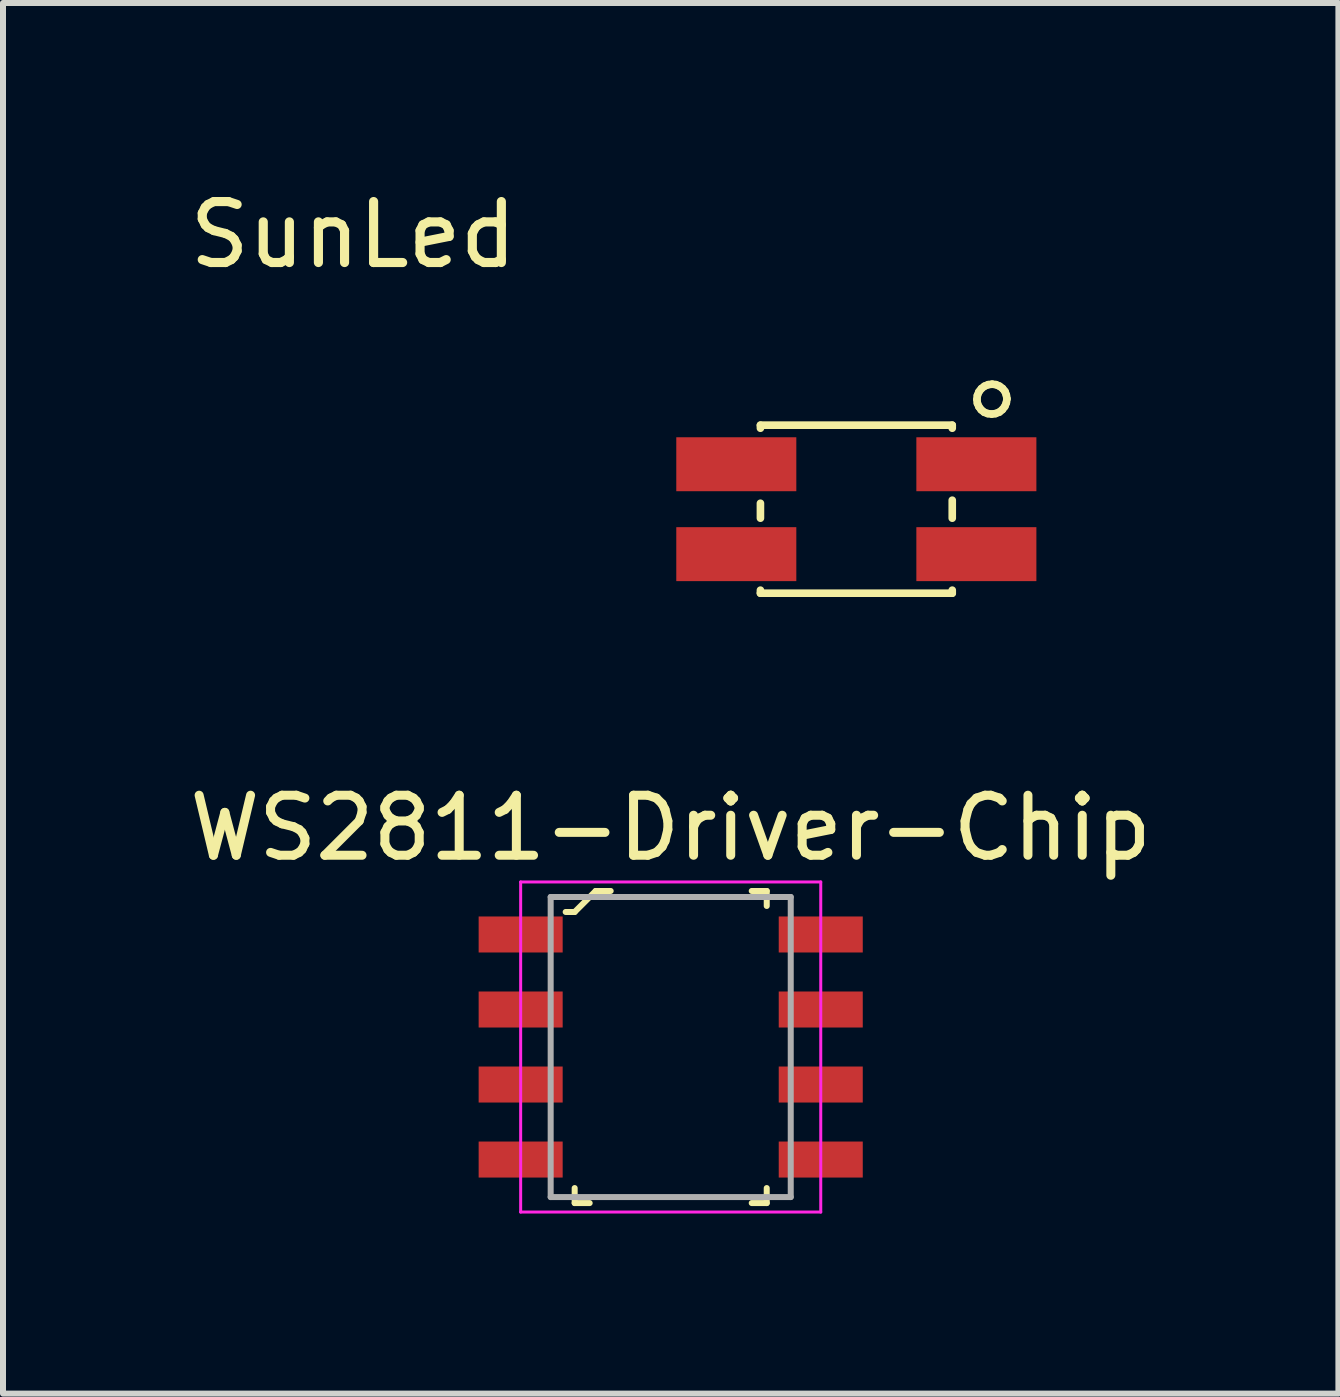
<source format=kicad_pcb>
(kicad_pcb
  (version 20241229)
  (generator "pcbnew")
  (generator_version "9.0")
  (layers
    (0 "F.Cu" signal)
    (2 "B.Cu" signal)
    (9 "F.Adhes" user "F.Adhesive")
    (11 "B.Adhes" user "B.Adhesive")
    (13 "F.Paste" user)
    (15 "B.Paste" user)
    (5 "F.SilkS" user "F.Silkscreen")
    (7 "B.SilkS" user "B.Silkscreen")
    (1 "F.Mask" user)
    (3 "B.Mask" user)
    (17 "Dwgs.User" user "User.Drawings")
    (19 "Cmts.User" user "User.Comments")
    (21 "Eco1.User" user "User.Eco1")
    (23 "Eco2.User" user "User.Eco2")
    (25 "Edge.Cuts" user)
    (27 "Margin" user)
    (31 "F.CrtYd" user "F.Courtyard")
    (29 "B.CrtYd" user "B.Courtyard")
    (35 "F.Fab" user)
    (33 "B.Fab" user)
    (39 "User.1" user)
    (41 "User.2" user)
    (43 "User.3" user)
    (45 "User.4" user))
  (footprint "SunLed"
    (layer "F.Cu")
    (at 11.218 5.434)
    (property "Reference" "SunLed" (at -8.382 -4.572 180) (layer "F.SilkS") (effects (font (size 1.016 1.016) (thickness 0.152))))
    (attr smd)
    (fp_poly (pts (xy -0.305 -0.178) (xy 0.305 -0.178) (xy 0.305 0.229) (xy -0.305 0.229)) (stroke (width 0.1) (type solid)) (fill yes) (layer "F.Mask"))
    (fp_line (start -1.598 -1.4) (end -1.598 -1.349) (stroke (width 0.127) (type solid)) (layer "F.SilkS"))
    (fp_line (start -1.598 -1.4) (end 1.598 -1.4) (stroke (width 0.127) (type solid)) (layer "F.SilkS"))
    (fp_line (start -1.598 0.15) (end -1.598 -0.099) (stroke (width 0.127) (type solid)) (layer "F.SilkS"))
    (fp_line (start -1.598 1.4) (end -1.598 1.349) (stroke (width 0.127) (type solid)) (layer "F.SilkS"))
    (fp_line (start 1.598 -1.4) (end 1.598 -1.349) (stroke (width 0.127) (type solid)) (layer "F.SilkS"))
    (fp_line (start 1.598 0.15) (end 1.598 -0.15) (stroke (width 0.127) (type solid)) (layer "F.SilkS"))
    (fp_line (start 1.598 1.4) (end -1.598 1.4) (stroke (width 0.127) (type solid)) (layer "F.SilkS"))
    (fp_line (start 1.598 1.4) (end 1.598 1.349) (stroke (width 0.127) (type solid)) (layer "F.SilkS"))
    (fp_line (start 2.009 -1.829) (end 2.017 -1.765) (stroke (width 0.127) (type solid)) (layer "F.SilkS"))
    (fp_line (start 2.017 -1.895) (end 2.009 -1.829) (stroke (width 0.127) (type solid)) (layer "F.SilkS"))
    (fp_line (start 2.017 -1.765) (end 2.042 -1.707) (stroke (width 0.127) (type solid)) (layer "F.SilkS"))
    (fp_line (start 2.042 -1.956) (end 2.017 -1.895) (stroke (width 0.127) (type solid)) (layer "F.SilkS"))
    (fp_line (start 2.042 -1.707) (end 2.08 -1.656) (stroke (width 0.127) (type solid)) (layer "F.SilkS"))
    (fp_line (start 2.08 -1.656) (end 2.131 -1.615) (stroke (width 0.127) (type solid)) (layer "F.SilkS"))
    (fp_line (start 2.083 -2.009) (end 2.042 -1.956) (stroke (width 0.127) (type solid)) (layer "F.SilkS"))
    (fp_line (start 2.131 -1.615) (end 2.189 -1.593) (stroke (width 0.127) (type solid)) (layer "F.SilkS"))
    (fp_line (start 2.136 -2.05) (end 2.083 -2.009) (stroke (width 0.127) (type solid)) (layer "F.SilkS"))
    (fp_line (start 2.189 -1.593) (end 2.256 -1.585) (stroke (width 0.127) (type solid)) (layer "F.SilkS"))
    (fp_line (start 2.197 -2.075) (end 2.136 -2.05) (stroke (width 0.127) (type solid)) (layer "F.SilkS"))
    (fp_line (start 2.256 -1.585) (end 2.319 -1.593) (stroke (width 0.127) (type solid)) (layer "F.SilkS"))
    (fp_line (start 2.263 -2.083) (end 2.197 -2.075) (stroke (width 0.127) (type solid)) (layer "F.SilkS"))
    (fp_line (start 2.319 -1.593) (end 2.383 -1.618) (stroke (width 0.127) (type solid)) (layer "F.SilkS"))
    (fp_line (start 2.327 -2.075) (end 2.263 -2.083) (stroke (width 0.127) (type solid)) (layer "F.SilkS"))
    (fp_line (start 2.383 -1.618) (end 2.433 -1.659) (stroke (width 0.127) (type solid)) (layer "F.SilkS"))
    (fp_line (start 2.385 -2.05) (end 2.327 -2.075) (stroke (width 0.127) (type solid)) (layer "F.SilkS"))
    (fp_line (start 2.433 -1.659) (end 2.474 -1.712) (stroke (width 0.127) (type solid)) (layer "F.SilkS"))
    (fp_line (start 2.436 -2.012) (end 2.385 -2.05) (stroke (width 0.127) (type solid)) (layer "F.SilkS"))
    (fp_line (start 2.474 -1.712) (end 2.499 -1.773) (stroke (width 0.127) (type solid)) (layer "F.SilkS"))
    (fp_line (start 2.477 -1.961) (end 2.436 -2.012) (stroke (width 0.127) (type solid)) (layer "F.SilkS"))
    (fp_line (start 2.499 -1.902) (end 2.477 -1.961) (stroke (width 0.127) (type solid)) (layer "F.SilkS"))
    (fp_line (start 2.499 -1.773) (end 2.51 -1.839) (stroke (width 0.127) (type solid)) (layer "F.SilkS"))
    (fp_line (start 2.51 -1.839) (end 2.499 -1.902) (stroke (width 0.127) (type solid)) (layer "F.SilkS"))
    (pad "1" smd rect (at 2 -0.749 90) (size 0.899 2) (layers "F.Cu" "F.Mask" "F.Paste"))
    (pad "2" smd rect (at -2 -0.749 90) (size 0.899 2) (layers "F.Cu" "F.Mask" "F.Paste"))
    (pad "3" smd rect (at -2 0.749 90) (size 0.899 2) (layers "F.Cu" "F.Mask" "F.Paste"))
    (pad "4" smd rect (at 2 0.749 90) (size 0.899 2) (layers "F.Cu" "F.Mask" "F.Paste")))
  (footprint "WS2811-Driver-Chip"
    (layer "F.Cu")
    (at 8.125 14.395)
    (property "Reference" "WS2811-Driver-Chip" (at 0 -3.65 0) (layer "F.SilkS") (effects (font (size 1 1) (thickness 0.15))))
    (attr smd)
    (fp_line (start -1.75 -2.25) (end -1.6 -2.25) (stroke (width 0.1) (type solid)) (layer "F.SilkS"))
    (fp_line (start -1.6 -2.25) (end -1.25 -2.6) (stroke (width 0.1) (type solid)) (layer "F.SilkS"))
    (fp_line (start -1.6 2.6) (end -1.6 2.35) (stroke (width 0.1) (type solid)) (layer "F.SilkS"))
    (fp_line (start -1.6 2.6) (end -1.35 2.6) (stroke (width 0.1) (type solid)) (layer "F.SilkS"))
    (fp_line (start -1.25 -2.6) (end -1 -2.6) (stroke (width 0.1) (type solid)) (layer "F.SilkS"))
    (fp_line (start 1.6 -2.6) (end 1.35 -2.6) (stroke (width 0.1) (type solid)) (layer "F.SilkS"))
    (fp_line (start 1.6 -2.6) (end 1.6 -2.35) (stroke (width 0.1) (type solid)) (layer "F.SilkS"))
    (fp_line (start 1.6 2.6) (end 1.35 2.6) (stroke (width 0.1) (type solid)) (layer "F.SilkS"))
    (fp_line (start 1.6 2.6) (end 1.6 2.35) (stroke (width 0.1) (type solid)) (layer "F.SilkS"))
    (fp_line (start -2.5 -2.75) (end -2.5 2.75) (stroke (width 0.05) (type solid)) (layer "F.CrtYd"))
    (fp_line (start 2.5 -2.75) (end -2.5 -2.75) (stroke (width 0.05) (type solid)) (layer "F.CrtYd"))
    (fp_line (start 2.5 -2.75) (end 2.5 2.75) (stroke (width 0.05) (type solid)) (layer "F.CrtYd"))
    (fp_line (start 2.5 2.75) (end -2.5 2.75) (stroke (width 0.05) (type solid)) (layer "F.CrtYd"))
    (fp_line (start -2 -2.5) (end -2 2.5) (stroke (width 0.1) (type solid)) (layer "F.Fab"))
    (fp_line (start -2 -2.5) (end 2 -2.5) (stroke (width 0.1) (type solid)) (layer "F.Fab"))
    (fp_line (start -2 2.5) (end 2 2.5) (stroke (width 0.1) (type solid)) (layer "F.Fab"))
    (fp_line (start 2 -2.5) (end 2 2.5) (stroke (width 0.1) (type solid)) (layer "F.Fab"))
    (pad "1" smd rect (at -2.5 -1.875) (size 1.4 0.6) (layers "F.Cu" "F.Mask" "F.Paste"))
    (pad "2" smd rect (at -2.5 -0.625) (size 1.4 0.6) (layers "F.Cu" "F.Mask" "F.Paste"))
    (pad "3" smd rect (at -2.5 0.625) (size 1.4 0.6) (layers "F.Cu" "F.Mask" "F.Paste"))
    (pad "4" smd rect (at -2.5 1.875) (size 1.4 0.6) (layers "F.Cu" "F.Mask" "F.Paste"))
    (pad "5" smd rect (at 2.5 1.875) (size 1.4 0.6) (layers "F.Cu" "F.Mask" "F.Paste"))
    (pad "6" smd rect (at 2.5 0.625) (size 1.4 0.6) (layers "F.Cu" "F.Mask" "F.Paste"))
    (pad "7" smd rect (at 2.5 -0.625) (size 1.4 0.6) (layers "F.Cu" "F.Mask" "F.Paste"))
    (pad "8" smd rect (at 2.5 -1.875) (size 1.4 0.6) (layers "F.Cu" "F.Mask" "F.Paste")))
  (gr_rect
    (start -3 -3)
    (end 19.25 20.17)
    (stroke (width 0.1) (type default))
    (fill no)
    (layer "Edge.Cuts")))
</source>
